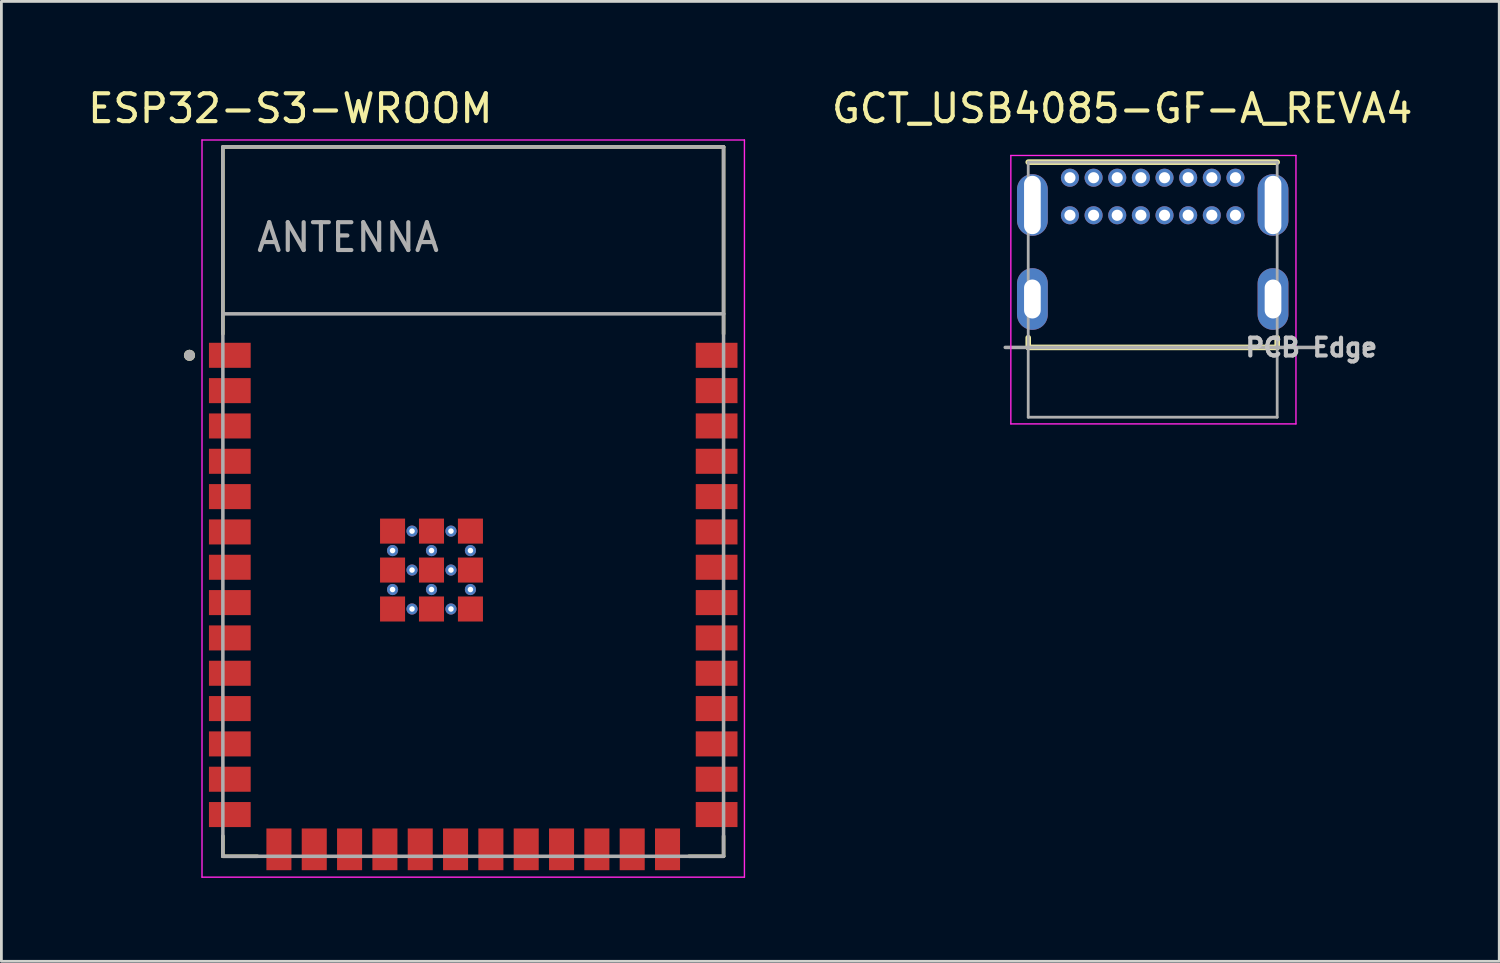
<source format=kicad_pcb>
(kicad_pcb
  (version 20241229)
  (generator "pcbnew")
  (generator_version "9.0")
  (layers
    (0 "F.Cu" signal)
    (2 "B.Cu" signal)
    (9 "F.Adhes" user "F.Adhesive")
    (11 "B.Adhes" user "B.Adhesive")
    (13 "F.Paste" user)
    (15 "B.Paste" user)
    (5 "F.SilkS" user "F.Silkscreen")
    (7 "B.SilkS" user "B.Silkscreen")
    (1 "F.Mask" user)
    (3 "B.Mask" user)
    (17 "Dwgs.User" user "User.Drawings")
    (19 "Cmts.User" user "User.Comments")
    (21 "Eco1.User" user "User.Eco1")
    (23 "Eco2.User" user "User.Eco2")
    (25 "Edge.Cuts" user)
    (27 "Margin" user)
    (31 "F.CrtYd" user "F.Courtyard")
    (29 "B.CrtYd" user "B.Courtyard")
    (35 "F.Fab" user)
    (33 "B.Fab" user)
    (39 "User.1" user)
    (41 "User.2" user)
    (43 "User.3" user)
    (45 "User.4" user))
  (footprint "ESP32-S3-WROOM"
    (layer "F.Cu")
    (at 13.962 14.983)
    (property "Reference" "ESP32-S3-WROOM" (at -6.575 -14.135 0) (layer "F.SilkS") (effects (font (size 1 1) (thickness 0.15))))
    (attr smd)
    (fp_line (start -9 -12.75) (end 9 -12.75) (stroke (width 0.127) (type solid)) (layer "F.SilkS"))
    (fp_line (start -9 -6.03) (end -9 -12.75) (stroke (width 0.127) (type solid)) (layer "F.SilkS"))
    (fp_line (start -9 12.02) (end -9 12.75) (stroke (width 0.127) (type solid)) (layer "F.SilkS"))
    (fp_line (start -9 12.75) (end -7.755 12.75) (stroke (width 0.127) (type solid)) (layer "F.SilkS"))
    (fp_line (start 9 -12.75) (end 9 -6.03) (stroke (width 0.127) (type solid)) (layer "F.SilkS"))
    (fp_line (start 9 12.02) (end 9 12.75) (stroke (width 0.127) (type solid)) (layer "F.SilkS"))
    (fp_line (start 9 12.75) (end 7.755 12.75) (stroke (width 0.127) (type solid)) (layer "F.SilkS"))
    (fp_circle (center -10.2 -5.26) (end -10.1 -5.26) (stroke (width 0.2) (type solid)) (fill no) (layer "F.SilkS"))
    (fp_line (start -9.75 -13) (end 9.75 -13) (stroke (width 0.05) (type solid)) (layer "F.CrtYd"))
    (fp_line (start -9.75 13.5) (end -9.75 -13) (stroke (width 0.05) (type solid)) (layer "F.CrtYd"))
    (fp_line (start -9.75 13.5) (end 9.75 13.5) (stroke (width 0.05) (type solid)) (layer "F.CrtYd"))
    (fp_line (start 9.75 -13) (end 9.75 13.5) (stroke (width 0.05) (type solid)) (layer "F.CrtYd"))
    (fp_line (start -9 -12.75) (end 9 -12.75) (stroke (width 0.127) (type solid)) (layer "F.Fab"))
    (fp_line (start -9 -6.75) (end -9 -12.75) (stroke (width 0.127) (type solid)) (layer "F.Fab"))
    (fp_line (start -9 -6.75) (end 9 -6.75) (stroke (width 0.127) (type solid)) (layer "F.Fab"))
    (fp_line (start -9 12.75) (end -9 -6.75) (stroke (width 0.127) (type solid)) (layer "F.Fab"))
    (fp_line (start 9 -12.75) (end 9 -6.75) (stroke (width 0.127) (type solid)) (layer "F.Fab"))
    (fp_line (start 9 -6.75) (end 9 12.75) (stroke (width 0.127) (type solid)) (layer "F.Fab"))
    (fp_line (start 9 12.75) (end -9 12.75) (stroke (width 0.127) (type solid)) (layer "F.Fab"))
    (fp_circle (center -10.2 -5.26) (end -10.1 -5.26) (stroke (width 0.2) (type solid)) (fill no) (layer "F.Fab"))
    (fp_text user "ANTENNA" (at -4.5 -9.5 0) (layer "F.Fab") (effects (font (size 1 1) (thickness 0.15))))
    (pad "1" smd rect (at -8.75 -5.26) (size 1.5 0.9) (layers "F.Cu" "F.Mask" "F.Paste"))
    (pad "2" smd rect (at -8.75 -3.99) (size 1.5 0.9) (layers "F.Cu" "F.Mask" "F.Paste"))
    (pad "3" smd rect (at -8.75 -2.72) (size 1.5 0.9) (layers "F.Cu" "F.Mask" "F.Paste"))
    (pad "4" smd rect (at -8.75 -1.45) (size 1.5 0.9) (layers "F.Cu" "F.Mask" "F.Paste"))
    (pad "5" smd rect (at -8.75 -0.18) (size 1.5 0.9) (layers "F.Cu" "F.Mask" "F.Paste"))
    (pad "6" smd rect (at -8.75 1.09) (size 1.5 0.9) (layers "F.Cu" "F.Mask" "F.Paste"))
    (pad "7" smd rect (at -8.75 2.36) (size 1.5 0.9) (layers "F.Cu" "F.Mask" "F.Paste"))
    (pad "8" smd rect (at -8.75 3.63) (size 1.5 0.9) (layers "F.Cu" "F.Mask" "F.Paste"))
    (pad "9" smd rect (at -8.75 4.9) (size 1.5 0.9) (layers "F.Cu" "F.Mask" "F.Paste"))
    (pad "10" smd rect (at -8.75 6.17) (size 1.5 0.9) (layers "F.Cu" "F.Mask" "F.Paste"))
    (pad "11" smd rect (at -8.75 7.44) (size 1.5 0.9) (layers "F.Cu" "F.Mask" "F.Paste"))
    (pad "12" smd rect (at -8.75 8.71) (size 1.5 0.9) (layers "F.Cu" "F.Mask" "F.Paste"))
    (pad "13" smd rect (at -8.75 9.98) (size 1.5 0.9) (layers "F.Cu" "F.Mask" "F.Paste"))
    (pad "14" smd rect (at -8.75 11.25) (size 1.5 0.9) (layers "F.Cu" "F.Mask" "F.Paste"))
    (pad "15" smd rect (at -6.985 12.5) (size 0.9 1.5) (layers "F.Cu" "F.Mask" "F.Paste"))
    (pad "16" smd rect (at -5.715 12.5) (size 0.9 1.5) (layers "F.Cu" "F.Mask" "F.Paste"))
    (pad "17" smd rect (at -4.445 12.5) (size 0.9 1.5) (layers "F.Cu" "F.Mask" "F.Paste"))
    (pad "18" smd rect (at -3.175 12.5) (size 0.9 1.5) (layers "F.Cu" "F.Mask" "F.Paste"))
    (pad "19" smd rect (at -1.905 12.5) (size 0.9 1.5) (layers "F.Cu" "F.Mask" "F.Paste"))
    (pad "20" smd rect (at -0.635 12.5) (size 0.9 1.5) (layers "F.Cu" "F.Mask" "F.Paste"))
    (pad "21" smd rect (at 0.635 12.5) (size 0.9 1.5) (layers "F.Cu" "F.Mask" "F.Paste"))
    (pad "22" smd rect (at 1.905 12.5) (size 0.9 1.5) (layers "F.Cu" "F.Mask" "F.Paste"))
    (pad "23" smd rect (at 3.175 12.5) (size 0.9 1.5) (layers "F.Cu" "F.Mask" "F.Paste"))
    (pad "24" smd rect (at 4.445 12.5) (size 0.9 1.5) (layers "F.Cu" "F.Mask" "F.Paste"))
    (pad "25" smd rect (at 5.715 12.5) (size 0.9 1.5) (layers "F.Cu" "F.Mask" "F.Paste"))
    (pad "26" smd rect (at 6.985 12.5) (size 0.9 1.5) (layers "F.Cu" "F.Mask" "F.Paste"))
    (pad "27" smd rect (at 8.75 11.25) (size 1.5 0.9) (layers "F.Cu" "F.Mask" "F.Paste"))
    (pad "28" smd rect (at 8.75 9.98) (size 1.5 0.9) (layers "F.Cu" "F.Mask" "F.Paste"))
    (pad "29" smd rect (at 8.75 8.71) (size 1.5 0.9) (layers "F.Cu" "F.Mask" "F.Paste"))
    (pad "30" smd rect (at 8.75 7.44) (size 1.5 0.9) (layers "F.Cu" "F.Mask" "F.Paste"))
    (pad "31" smd rect (at 8.75 6.17) (size 1.5 0.9) (layers "F.Cu" "F.Mask" "F.Paste"))
    (pad "32" smd rect (at 8.75 4.9) (size 1.5 0.9) (layers "F.Cu" "F.Mask" "F.Paste"))
    (pad "33" smd rect (at 8.75 3.63) (size 1.5 0.9) (layers "F.Cu" "F.Mask" "F.Paste"))
    (pad "34" smd rect (at 8.75 2.36) (size 1.5 0.9) (layers "F.Cu" "F.Mask" "F.Paste"))
    (pad "35" smd rect (at 8.75 1.09) (size 1.5 0.9) (layers "F.Cu" "F.Mask" "F.Paste"))
    (pad "36" smd rect (at 8.75 -0.18) (size 1.5 0.9) (layers "F.Cu" "F.Mask" "F.Paste"))
    (pad "37" smd rect (at 8.75 -1.45) (size 1.5 0.9) (layers "F.Cu" "F.Mask" "F.Paste"))
    (pad "38" smd rect (at 8.75 -2.72) (size 1.5 0.9) (layers "F.Cu" "F.Mask" "F.Paste"))
    (pad "39" smd rect (at 8.75 -3.99) (size 1.5 0.9) (layers "F.Cu" "F.Mask" "F.Paste"))
    (pad "40" smd rect (at 8.75 -5.26) (size 1.5 0.9) (layers "F.Cu" "F.Mask" "F.Paste"))
    (pad "41_1" smd rect (at -1.5 2.46) (size 0.9 0.9) (layers "F.Cu" "F.Mask" "F.Paste"))
    (pad "41_2" smd rect (at -2.9 2.46) (size 0.9 0.9) (layers "F.Cu" "F.Mask" "F.Paste"))
    (pad "41_3" smd rect (at -0.1 2.46) (size 0.9 0.9) (layers "F.Cu" "F.Mask" "F.Paste"))
    (pad "41_4" smd rect (at -2.9 3.86) (size 0.9 0.9) (layers "F.Cu" "F.Mask" "F.Paste"))
    (pad "41_5" smd rect (at -1.5 3.86) (size 0.9 0.9) (layers "F.Cu" "F.Mask" "F.Paste"))
    (pad "41_6" smd rect (at -0.1 3.86) (size 0.9 0.9) (layers "F.Cu" "F.Mask" "F.Paste"))
    (pad "41_7" smd rect (at -2.9 1.06) (size 0.9 0.9) (layers "F.Cu" "F.Mask" "F.Paste"))
    (pad "41_8" smd rect (at -1.5 1.06) (size 0.9 0.9) (layers "F.Cu" "F.Mask" "F.Paste"))
    (pad "41_9" smd rect (at -0.1 1.06) (size 0.9 0.9) (layers "F.Cu" "F.Mask" "F.Paste"))
    (pad "41_10" thru_hole circle (at -1.5 1.76) (size 0.4 0.4) (drill 0.2) (layers "*.Cu"))
    (pad "41_11" thru_hole circle (at -2.9 1.76) (size 0.4 0.4) (drill 0.2) (layers "*.Cu"))
    (pad "41_12" thru_hole circle (at -0.1 1.76) (size 0.4 0.4) (drill 0.2) (layers "*.Cu"))
    (pad "41_13" thru_hole circle (at -2.9 3.16) (size 0.4 0.4) (drill 0.2) (layers "*.Cu"))
    (pad "41_14" thru_hole circle (at -1.5 3.16) (size 0.4 0.4) (drill 0.2) (layers "*.Cu"))
    (pad "41_15" thru_hole circle (at -0.1 3.16) (size 0.4 0.4) (drill 0.2) (layers "*.Cu"))
    (pad "41_16" thru_hole circle (at -2.2 1.06) (size 0.4 0.4) (drill 0.2) (layers "*.Cu"))
    (pad "41_17" thru_hole circle (at -0.8 1.06) (size 0.4 0.4) (drill 0.2) (layers "*.Cu"))
    (pad "41_18" thru_hole circle (at -2.2 2.46) (size 0.4 0.4) (drill 0.2) (layers "*.Cu"))
    (pad "41_19" thru_hole circle (at -0.8 2.46) (size 0.4 0.4) (drill 0.2) (layers "*.Cu"))
    (pad "41_20" thru_hole circle (at -2.2 3.86) (size 0.4 0.4) (drill 0.2) (layers "*.Cu"))
    (pad "41_21" thru_hole circle (at -0.8 3.86) (size 0.4 0.4) (drill 0.2) (layers "*.Cu"))
    (zone (net_name "") (layer "F.Cu") (hatch full 0.508) (connect_pads) (min_thickness 0.01) (filled_areas_thickness no) (keepout (tracks not_allowed) (vias not_allowed) (pads not_allowed) (copperpour not_allowed) (footprints allowed)) (placement (enabled no)) (fill) (polygon (pts (xy 4.962 2.233) (xy 22.962 2.233) (xy 22.962 8.233) (xy 4.962 8.233))))
    (zone (net_name "") (layers "F.Cu" "B.Cu") (hatch full 0.508) (connect_pads) (min_thickness 0.01) (filled_areas_thickness no) (keepout (tracks allowed) (vias not_allowed) (pads allowed) (copperpour allowed) (footprints allowed)) (placement (enabled no)) (fill) (polygon (pts (xy 4.962 2.233) (xy 22.962 2.233) (xy 22.962 8.233) (xy 4.962 8.233))))
    (zone (net_name "") (layer "B.Cu") (hatch full 0.508) (connect_pads) (min_thickness 0.01) (filled_areas_thickness no) (keepout (tracks not_allowed) (vias not_allowed) (pads not_allowed) (copperpour not_allowed) (footprints allowed)) (placement (enabled no)) (fill) (polygon (pts (xy 4.962 2.233) (xy 22.962 2.233) (xy 22.962 8.233) (xy 4.962 8.233)))))
  (footprint "GCT_USB4085-GF-A_REVA4"
    (layer "F.Cu")
    (at 38.389 7.364)
    (property "Reference" "GCT_USB4085-GF-A_REVA4" (at -1.097 -6.515 0) (layer "F.SilkS") (effects (font (size 1 1) (thickness 0.15))))
    (attr through_hole)
    (fp_line (start -4.475 -4.585) (end 4.475 -4.585) (stroke (width 0.2) (type solid)) (layer "F.SilkS"))
    (fp_line (start -4.475 1.725) (end -4.475 2.075) (stroke (width 0.2) (type solid)) (layer "F.SilkS"))
    (fp_line (start -4.475 2.075) (end 4.475 2.075) (stroke (width 0.2) (type solid)) (layer "F.SilkS"))
    (fp_line (start 4.475 2.075) (end 4.475 1.725) (stroke (width 0.2) (type solid)) (layer "F.SilkS"))
    (fp_line (start -5.1 -4.825) (end 5.15 -4.825) (stroke (width 0.05) (type solid)) (layer "F.CrtYd"))
    (fp_line (start -5.1 4.825) (end -5.1 -4.825) (stroke (width 0.05) (type solid)) (layer "F.CrtYd"))
    (fp_line (start 5.15 -4.825) (end 5.15 4.825) (stroke (width 0.05) (type solid)) (layer "F.CrtYd"))
    (fp_line (start 5.15 4.825) (end -5.1 4.825) (stroke (width 0.05) (type solid)) (layer "F.CrtYd"))
    (fp_line (start -5.3 2.075) (end 5.9 2.075) (stroke (width 0.127) (type solid)) (layer "F.Fab"))
    (fp_line (start -4.475 -4.585) (end 4.475 -4.585) (stroke (width 0.1) (type solid)) (layer "F.Fab"))
    (fp_line (start -4.475 4.585) (end -4.475 -4.585) (stroke (width 0.1) (type solid)) (layer "F.Fab"))
    (fp_line (start 4.475 -4.585) (end 4.475 4.585) (stroke (width 0.1) (type solid)) (layer "F.Fab"))
    (fp_line (start 4.475 4.585) (end -4.475 4.585) (stroke (width 0.1) (type solid)) (layer "F.Fab"))
    (fp_text user "PCB Edge" (at 5.703 2.076 0) (layer "Dwgs.User") (effects (font (size 0.64 0.64) (thickness 0.15))))
    (pad "A1" thru_hole circle (at -2.975 -4.025) (size 0.65 0.65) (drill 0.4) (layers "*.Cu" "*.Mask"))
    (pad "A4" thru_hole circle (at -2.125 -4.025) (size 0.65 0.65) (drill 0.4) (layers "*.Cu" "*.Mask"))
    (pad "A5" thru_hole circle (at -1.275 -4.025) (size 0.65 0.65) (drill 0.4) (layers "*.Cu" "*.Mask"))
    (pad "A6" thru_hole circle (at -0.425 -4.025) (size 0.65 0.65) (drill 0.4) (layers "*.Cu" "*.Mask"))
    (pad "A7" thru_hole circle (at 0.425 -4.025) (size 0.65 0.65) (drill 0.4) (layers "*.Cu" "*.Mask"))
    (pad "A8" thru_hole circle (at 1.275 -4.025) (size 0.65 0.65) (drill 0.4) (layers "*.Cu" "*.Mask"))
    (pad "A9" thru_hole circle (at 2.125 -4.025) (size 0.65 0.65) (drill 0.4) (layers "*.Cu" "*.Mask"))
    (pad "A12" thru_hole circle (at 2.975 -4.025) (size 0.65 0.65) (drill 0.4) (layers "*.Cu" "*.Mask"))
    (pad "B1" thru_hole circle (at 2.975 -2.675) (size 0.65 0.65) (drill 0.4) (layers "*.Cu" "*.Mask"))
    (pad "B4" thru_hole circle (at 2.125 -2.675) (size 0.65 0.65) (drill 0.4) (layers "*.Cu" "*.Mask"))
    (pad "B5" thru_hole circle (at 1.275 -2.675) (size 0.65 0.65) (drill 0.4) (layers "*.Cu" "*.Mask"))
    (pad "B6" thru_hole circle (at 0.425 -2.675) (size 0.65 0.65) (drill 0.4) (layers "*.Cu" "*.Mask"))
    (pad "B7" thru_hole circle (at -0.425 -2.675) (size 0.65 0.65) (drill 0.4) (layers "*.Cu" "*.Mask"))
    (pad "B8" thru_hole circle (at -1.275 -2.675) (size 0.65 0.65) (drill 0.4) (layers "*.Cu" "*.Mask"))
    (pad "B9" thru_hole circle (at -2.125 -2.675) (size 0.65 0.65) (drill 0.4) (layers "*.Cu" "*.Mask"))
    (pad "B12" thru_hole circle (at -2.975 -2.675) (size 0.65 0.65) (drill 0.4) (layers "*.Cu" "*.Mask"))
    (pad "S1" thru_hole oval (at -4.325 -3.045) (size 1.108 2.216) (drill oval 0.6 2.1) (layers "*.Cu" "*.Mask"))
    (pad "S1" thru_hole oval (at -4.325 0.335) (size 1.108 2.216) (drill oval 0.6 1.4) (layers "*.Cu" "*.Mask"))
    (pad "S1" thru_hole oval (at 4.325 -3.045) (size 1.108 2.216) (drill oval 0.6 2.1) (layers "*.Cu" "*.Mask"))
    (pad "S1" thru_hole oval (at 4.325 0.335) (size 1.108 2.216) (drill oval 0.6 1.4) (layers "*.Cu" "*.Mask")))
  (gr_rect
    (start -3 -3)
    (end 50.847 31.508)
    (stroke (width 0.1) (type default))
    (fill no)
    (layer "Edge.Cuts")))
</source>
